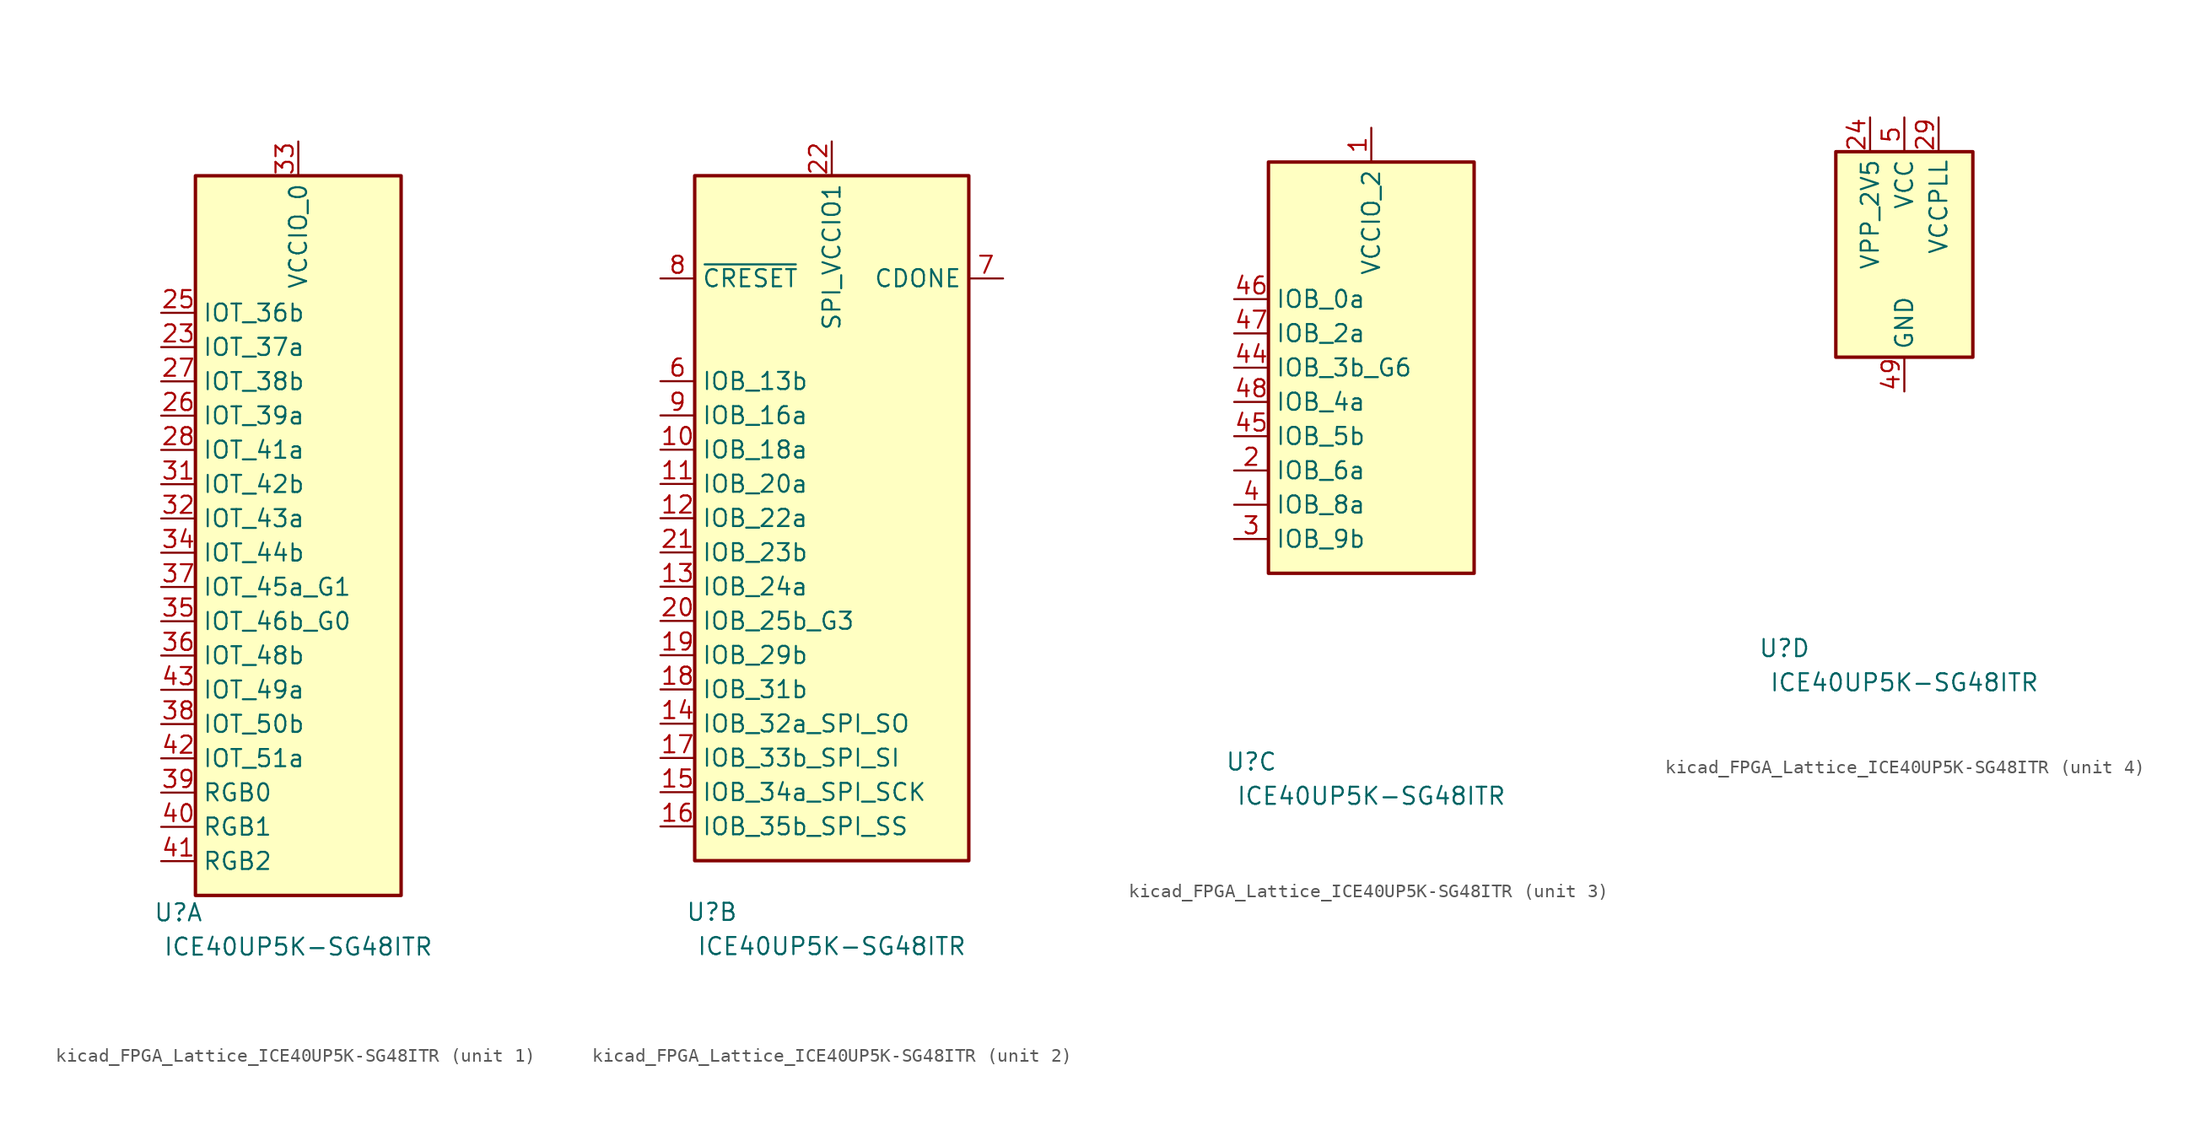
<source format=kicad_sym>
(kicad_symbol_lib
  (version 20220914)
  (generator kicad_symbol_editor)
  (symbol "kicad_FPGA_Lattice_ICE40UP5K-SG48ITR"
    (property "Reference" "U"
      (at -8.89 -29.21 0)
      (effects (font (size 1.27 1.27))))
    (property "Value" "ICE40UP5K-SG48ITR"
      (at 0 -31.75 0)
      (effects (font (size 1.27 1.27))))
    (property "ki_locked" ""
      (at 0 0 0)
      (effects (font (size 1.27 1.27))))
    (symbol "kicad_FPGA_Lattice_ICE40UP5K-SG48ITR_1_1"
      (rectangle (start -7.62 25.4) (end 7.62 -27.94) (stroke (width 0.254) (type default)) (fill (type background)))
      (pin bidirectional line (at -10.16 12.7 0) (length 2.54) (name "IOT_37a" (effects (font (size 1.27 1.27)))) (number "23" (effects (font (size 1.27 1.27)))))
      (pin bidirectional line (at -10.16 15.24 0) (length 2.54) (name "IOT_36b" (effects (font (size 1.27 1.27)))) (number "25" (effects (font (size 1.27 1.27)))))
      (pin bidirectional line (at -10.16 7.62 0) (length 2.54) (name "IOT_39a" (effects (font (size 1.27 1.27)))) (number "26" (effects (font (size 1.27 1.27)))))
      (pin bidirectional line (at -10.16 10.16 0) (length 2.54) (name "IOT_38b" (effects (font (size 1.27 1.27)))) (number "27" (effects (font (size 1.27 1.27)))))
      (pin bidirectional line (at -10.16 5.08 0) (length 2.54) (name "IOT_41a" (effects (font (size 1.27 1.27)))) (number "28" (effects (font (size 1.27 1.27)))))
      (pin bidirectional line (at -10.16 2.54 0) (length 2.54) (name "IOT_42b" (effects (font (size 1.27 1.27)))) (number "31" (effects (font (size 1.27 1.27)))))
      (pin bidirectional line (at -10.16 0 0) (length 2.54) (name "IOT_43a" (effects (font (size 1.27 1.27)))) (number "32" (effects (font (size 1.27 1.27)))))
      (pin power_in line (at 0 27.94 270) (length 2.54) (name "VCCIO_0" (effects (font (size 1.27 1.27)))) (number "33" (effects (font (size 1.27 1.27)))))
      (pin bidirectional line (at -10.16 -2.54 0) (length 2.54) (name "IOT_44b" (effects (font (size 1.27 1.27)))) (number "34" (effects (font (size 1.27 1.27)))))
      (pin bidirectional line (at -10.16 -7.62 0) (length 2.54) (name "IOT_46b_G0" (effects (font (size 1.27 1.27)))) (number "35" (effects (font (size 1.27 1.27)))))
      (pin bidirectional line (at -10.16 -10.16 0) (length 2.54) (name "IOT_48b" (effects (font (size 1.27 1.27)))) (number "36" (effects (font (size 1.27 1.27)))))
      (pin bidirectional line (at -10.16 -5.08 0) (length 2.54) (name "IOT_45a_G1" (effects (font (size 1.27 1.27)))) (number "37" (effects (font (size 1.27 1.27)))))
      (pin bidirectional line (at -10.16 -15.24 0) (length 2.54) (name "IOT_50b" (effects (font (size 1.27 1.27)))) (number "38" (effects (font (size 1.27 1.27)))))
      (pin open_collector line (at -10.16 -20.32 0) (length 2.54) (name "RGB0" (effects (font (size 1.27 1.27)))) (number "39" (effects (font (size 1.27 1.27)))))
      (pin open_collector line (at -10.16 -22.86 0) (length 2.54) (name "RGB1" (effects (font (size 1.27 1.27)))) (number "40" (effects (font (size 1.27 1.27)))))
      (pin open_collector line (at -10.16 -25.4 0) (length 2.54) (name "RGB2" (effects (font (size 1.27 1.27)))) (number "41" (effects (font (size 1.27 1.27)))))
      (pin bidirectional line (at -10.16 -17.78 0) (length 2.54) (name "IOT_51a" (effects (font (size 1.27 1.27)))) (number "42" (effects (font (size 1.27 1.27)))))
      (pin bidirectional line (at -10.16 -12.7 0) (length 2.54) (name "IOT_49a" (effects (font (size 1.27 1.27)))) (number "43" (effects (font (size 1.27 1.27))))))
    (symbol "kicad_FPGA_Lattice_ICE40UP5K-SG48ITR_2_1"
      (rectangle (start -10.16 25.4) (end 10.16 -25.4) (stroke (width 0.254) (type default)) (fill (type background)))
      (pin bidirectional line (at -12.7 5.08 0) (length 2.54) (name "IOB_18a" (effects (font (size 1.27 1.27)))) (number "10" (effects (font (size 1.27 1.27)))))
      (pin bidirectional line (at -12.7 2.54 0) (length 2.54) (name "IOB_20a" (effects (font (size 1.27 1.27)))) (number "11" (effects (font (size 1.27 1.27)))))
      (pin bidirectional line (at -12.7 0 0) (length 2.54) (name "IOB_22a" (effects (font (size 1.27 1.27)))) (number "12" (effects (font (size 1.27 1.27)))))
      (pin bidirectional line (at -12.7 -5.08 0) (length 2.54) (name "IOB_24a" (effects (font (size 1.27 1.27)))) (number "13" (effects (font (size 1.27 1.27)))))
      (pin bidirectional line (at -12.7 -15.24 0) (length 2.54) (name "IOB_32a_SPI_SO" (effects (font (size 1.27 1.27)))) (number "14" (effects (font (size 1.27 1.27)))))
      (pin bidirectional line (at -12.7 -20.32 0) (length 2.54) (name "IOB_34a_SPI_SCK" (effects (font (size 1.27 1.27)))) (number "15" (effects (font (size 1.27 1.27)))))
      (pin bidirectional line (at -12.7 -22.86 0) (length 2.54) (name "IOB_35b_SPI_SS" (effects (font (size 1.27 1.27)))) (number "16" (effects (font (size 1.27 1.27)))))
      (pin bidirectional line (at -12.7 -17.78 0) (length 2.54) (name "IOB_33b_SPI_SI" (effects (font (size 1.27 1.27)))) (number "17" (effects (font (size 1.27 1.27)))))
      (pin bidirectional line (at -12.7 -12.7 0) (length 2.54) (name "IOB_31b" (effects (font (size 1.27 1.27)))) (number "18" (effects (font (size 1.27 1.27)))))
      (pin bidirectional line (at -12.7 -10.16 0) (length 2.54) (name "IOB_29b" (effects (font (size 1.27 1.27)))) (number "19" (effects (font (size 1.27 1.27)))))
      (pin bidirectional line (at -12.7 -7.62 0) (length 2.54) (name "IOB_25b_G3" (effects (font (size 1.27 1.27)))) (number "20" (effects (font (size 1.27 1.27)))))
      (pin bidirectional line (at -12.7 -2.54 0) (length 2.54) (name "IOB_23b" (effects (font (size 1.27 1.27)))) (number "21" (effects (font (size 1.27 1.27)))))
      (pin power_in line (at 0 27.94 270) (length 2.54) (name "SPI_VCCIO1" (effects (font (size 1.27 1.27)))) (number "22" (effects (font (size 1.27 1.27)))))
      (pin bidirectional line (at -12.7 10.16 0) (length 2.54) (name "IOB_13b" (effects (font (size 1.27 1.27)))) (number "6" (effects (font (size 1.27 1.27)))))
      (pin open_collector line (at 12.7 17.78 180) (length 2.54) (name "CDONE" (effects (font (size 1.27 1.27)))) (number "7" (effects (font (size 1.27 1.27)))))
      (pin input line (at -12.7 17.78 0) (length 2.54) (name "~{CRESET}" (effects (font (size 1.27 1.27)))) (number "8" (effects (font (size 1.27 1.27)))))
      (pin bidirectional line (at -12.7 7.62 0) (length 2.54) (name "IOB_16a" (effects (font (size 1.27 1.27)))) (number "9" (effects (font (size 1.27 1.27))))))
    (symbol "kicad_FPGA_Lattice_ICE40UP5K-SG48ITR_3_1"
      (rectangle (start -7.62 15.24) (end 7.62 -15.24) (stroke (width 0.254) (type default)) (fill (type background)))
      (pin power_in line (at 0 17.78 270) (length 2.54) (name "VCCIO_2" (effects (font (size 1.27 1.27)))) (number "1" (effects (font (size 1.27 1.27)))))
      (pin bidirectional line (at -10.16 -7.62 0) (length 2.54) (name "IOB_6a" (effects (font (size 1.27 1.27)))) (number "2" (effects (font (size 1.27 1.27)))))
      (pin bidirectional line (at -10.16 -12.7 0) (length 2.54) (name "IOB_9b" (effects (font (size 1.27 1.27)))) (number "3" (effects (font (size 1.27 1.27)))))
      (pin bidirectional line (at -10.16 -10.16 0) (length 2.54) (name "IOB_8a" (effects (font (size 1.27 1.27)))) (number "4" (effects (font (size 1.27 1.27)))))
      (pin bidirectional line (at -10.16 0 0) (length 2.54) (name "IOB_3b_G6" (effects (font (size 1.27 1.27)))) (number "44" (effects (font (size 1.27 1.27)))))
      (pin bidirectional line (at -10.16 -5.08 0) (length 2.54) (name "IOB_5b" (effects (font (size 1.27 1.27)))) (number "45" (effects (font (size 1.27 1.27)))))
      (pin bidirectional line (at -10.16 5.08 0) (length 2.54) (name "IOB_0a" (effects (font (size 1.27 1.27)))) (number "46" (effects (font (size 1.27 1.27)))))
      (pin bidirectional line (at -10.16 2.54 0) (length 2.54) (name "IOB_2a" (effects (font (size 1.27 1.27)))) (number "47" (effects (font (size 1.27 1.27)))))
      (pin bidirectional line (at -10.16 -2.54 0) (length 2.54) (name "IOB_4a" (effects (font (size 1.27 1.27)))) (number "48" (effects (font (size 1.27 1.27))))))
    (symbol "kicad_FPGA_Lattice_ICE40UP5K-SG48ITR_4_1"
      (rectangle (start -5.08 7.62) (end 5.08 -7.62) (stroke (width 0.254) (type default)) (fill (type background)))
      (pin power_in line (at -2.54 10.16 270) (length 2.54) (name "VPP_2V5" (effects (font (size 1.27 1.27)))) (number "24" (effects (font (size 1.27 1.27)))))
      (pin power_out line (at 2.54 10.16 270) (length 2.54) (name "VCCPLL" (effects (font (size 1.27 1.27)))) (number "29" (effects (font (size 1.27 1.27)))))
      (pin passive line (at 0 10.16 270) (length 2.54) hide (name "VCC" (effects (font (size 1.27 1.27)))) (number "30" (effects (font (size 1.27 1.27)))))
      (pin power_in line (at 0 -10.16 90) (length 2.54) (name "GND" (effects (font (size 1.27 1.27)))) (number "49" (effects (font (size 1.27 1.27)))))
      (pin power_in line (at 0 10.16 270) (length 2.54) (name "VCC" (effects (font (size 1.27 1.27)))) (number "5" (effects (font (size 1.27 1.27))))))))
</source>
